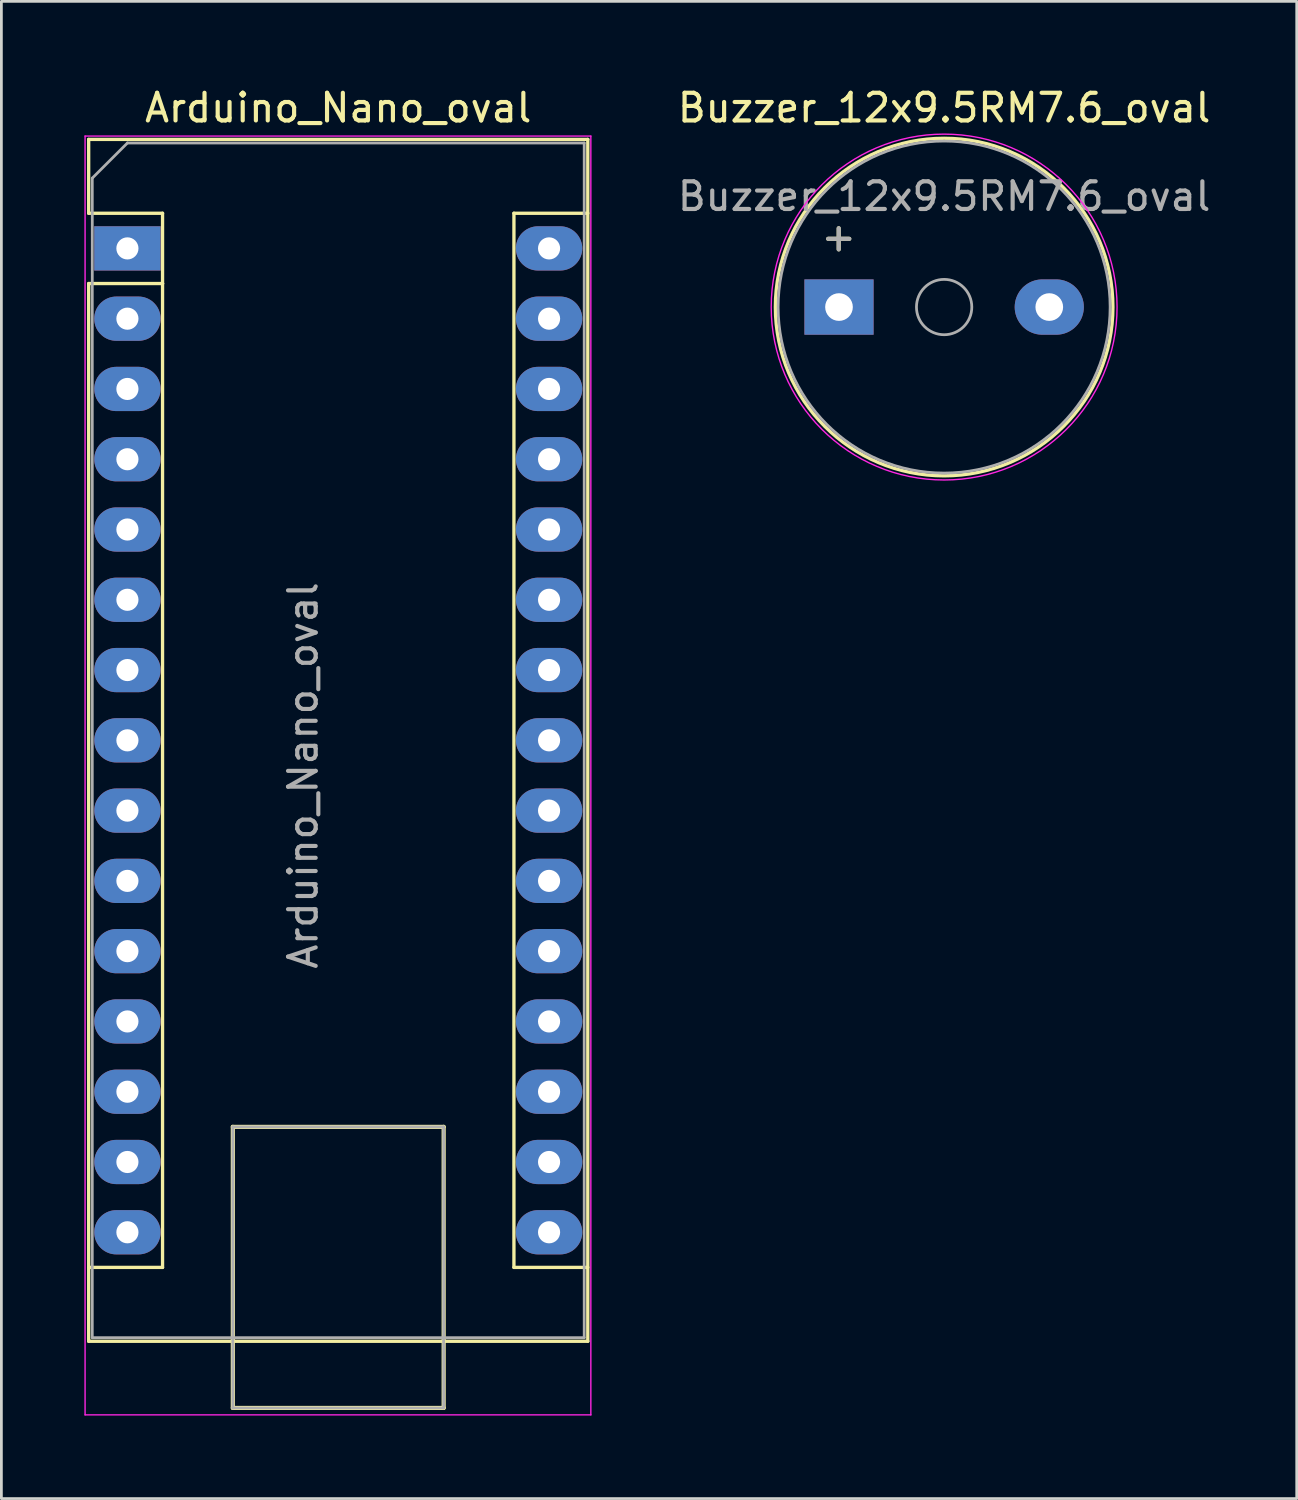
<source format=kicad_pcb>
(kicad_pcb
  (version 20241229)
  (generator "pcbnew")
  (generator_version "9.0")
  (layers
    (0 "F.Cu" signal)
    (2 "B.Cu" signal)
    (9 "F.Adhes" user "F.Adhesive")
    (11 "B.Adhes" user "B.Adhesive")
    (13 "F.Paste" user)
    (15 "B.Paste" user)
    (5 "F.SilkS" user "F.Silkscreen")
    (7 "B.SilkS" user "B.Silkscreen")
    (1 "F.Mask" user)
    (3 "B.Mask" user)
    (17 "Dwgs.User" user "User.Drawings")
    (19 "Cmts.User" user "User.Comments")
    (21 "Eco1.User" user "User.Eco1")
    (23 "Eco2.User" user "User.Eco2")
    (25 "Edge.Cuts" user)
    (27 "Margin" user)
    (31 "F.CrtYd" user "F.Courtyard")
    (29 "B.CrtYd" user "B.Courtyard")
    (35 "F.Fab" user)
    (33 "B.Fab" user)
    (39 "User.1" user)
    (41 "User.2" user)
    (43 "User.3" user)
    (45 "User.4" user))
  (footprint "Arduino_Nano_oval"
    (layer "F.Cu")
    (at 1.555 5.928)
    (property "Reference" "Arduino_Nano_oval" (at 7.62 -5.08 0) (layer "F.SilkS") (effects (font (size 1 1) (thickness 0.15))))
    (attr through_hole)
    (fp_line (start -1.4 -3.94) (end -1.4 -1.27) (stroke (width 0.12) (type solid)) (layer "F.SilkS"))
    (fp_line (start -1.4 1.27) (end -1.4 39.5) (stroke (width 0.12) (type solid)) (layer "F.SilkS"))
    (fp_line (start -1.4 39.5) (end 16.64 39.5) (stroke (width 0.12) (type solid)) (layer "F.SilkS"))
    (fp_line (start 1.27 -1.27) (end -1.4 -1.27) (stroke (width 0.12) (type solid)) (layer "F.SilkS"))
    (fp_line (start 1.27 1.27) (end -1.4 1.27) (stroke (width 0.12) (type solid)) (layer "F.SilkS"))
    (fp_line (start 1.27 1.27) (end 1.27 -1.27) (stroke (width 0.12) (type solid)) (layer "F.SilkS"))
    (fp_line (start 1.27 1.27) (end 1.27 36.83) (stroke (width 0.12) (type solid)) (layer "F.SilkS"))
    (fp_line (start 1.27 36.83) (end -1.4 36.83) (stroke (width 0.12) (type solid)) (layer "F.SilkS"))
    (fp_line (start 3.81 31.75) (end 11.43 31.75) (stroke (width 0.15) (type solid)) (layer "F.SilkS"))
    (fp_line (start 3.81 41.91) (end 3.81 31.75) (stroke (width 0.15) (type solid)) (layer "F.SilkS"))
    (fp_line (start 11.43 31.75) (end 11.43 41.91) (stroke (width 0.15) (type solid)) (layer "F.SilkS"))
    (fp_line (start 11.43 41.91) (end 3.81 41.91) (stroke (width 0.15) (type solid)) (layer "F.SilkS"))
    (fp_line (start 13.97 -1.27) (end 13.97 36.83) (stroke (width 0.12) (type solid)) (layer "F.SilkS"))
    (fp_line (start 13.97 -1.27) (end 16.64 -1.27) (stroke (width 0.12) (type solid)) (layer "F.SilkS"))
    (fp_line (start 13.97 36.83) (end 16.64 36.83) (stroke (width 0.12) (type solid)) (layer "F.SilkS"))
    (fp_line (start 16.64 -3.94) (end -1.4 -3.94) (stroke (width 0.12) (type solid)) (layer "F.SilkS"))
    (fp_line (start 16.64 39.5) (end 16.64 -3.94) (stroke (width 0.12) (type solid)) (layer "F.SilkS"))
    (fp_line (start -1.53 -4.06) (end -1.53 42.16) (stroke (width 0.05) (type solid)) (layer "F.CrtYd"))
    (fp_line (start -1.53 -4.06) (end 16.75 -4.06) (stroke (width 0.05) (type solid)) (layer "F.CrtYd"))
    (fp_line (start 16.75 42.16) (end -1.53 42.16) (stroke (width 0.05) (type solid)) (layer "F.CrtYd"))
    (fp_line (start 16.75 42.16) (end 16.75 -4.06) (stroke (width 0.05) (type solid)) (layer "F.CrtYd"))
    (fp_line (start -1.27 -2.54) (end 0 -3.81) (stroke (width 0.1) (type solid)) (layer "F.Fab"))
    (fp_line (start -1.27 39.37) (end -1.27 -2.54) (stroke (width 0.1) (type solid)) (layer "F.Fab"))
    (fp_line (start 0 -3.81) (end 16.51 -3.81) (stroke (width 0.1) (type solid)) (layer "F.Fab"))
    (fp_line (start 3.81 31.75) (end 11.43 31.75) (stroke (width 0.1) (type solid)) (layer "F.Fab"))
    (fp_line (start 3.81 41.91) (end 3.81 31.75) (stroke (width 0.1) (type solid)) (layer "F.Fab"))
    (fp_line (start 11.43 31.75) (end 11.43 41.91) (stroke (width 0.1) (type solid)) (layer "F.Fab"))
    (fp_line (start 11.43 41.91) (end 3.81 41.91) (stroke (width 0.1) (type solid)) (layer "F.Fab"))
    (fp_line (start 16.51 -3.81) (end 16.51 39.37) (stroke (width 0.1) (type solid)) (layer "F.Fab"))
    (fp_line (start 16.51 39.37) (end -1.27 39.37) (stroke (width 0.1) (type solid)) (layer "F.Fab"))
    (fp_text user "${REFERENCE}" (at 6.35 19.05 90) (layer "F.Fab") (effects (font (size 1 1) (thickness 0.15))))
    (pad "1" thru_hole rect (at 0 0) (size 2.4 1.6) (drill 0.8) (layers "*.Cu" "*.Mask"))
    (pad "2" thru_hole oval (at 0 2.54) (size 2.4 1.6) (drill 0.8) (layers "*.Cu" "*.Mask"))
    (pad "3" thru_hole oval (at 0 5.08) (size 2.4 1.6) (drill 0.8) (layers "*.Cu" "*.Mask"))
    (pad "4" thru_hole oval (at 0 7.62) (size 2.4 1.6) (drill 0.8) (layers "*.Cu" "*.Mask"))
    (pad "5" thru_hole oval (at 0 10.16) (size 2.4 1.6) (drill 0.8) (layers "*.Cu" "*.Mask"))
    (pad "6" thru_hole oval (at 0 12.7) (size 2.4 1.6) (drill 0.8) (layers "*.Cu" "*.Mask"))
    (pad "7" thru_hole oval (at 0 15.24) (size 2.4 1.6) (drill 0.8) (layers "*.Cu" "*.Mask"))
    (pad "8" thru_hole oval (at 0 17.78) (size 2.4 1.6) (drill 0.8) (layers "*.Cu" "*.Mask"))
    (pad "9" thru_hole oval (at 0 20.32) (size 2.4 1.6) (drill 0.8) (layers "*.Cu" "*.Mask"))
    (pad "10" thru_hole oval (at 0 22.86) (size 2.4 1.6) (drill 0.8) (layers "*.Cu" "*.Mask"))
    (pad "11" thru_hole oval (at 0 25.4) (size 2.4 1.6) (drill 0.8) (layers "*.Cu" "*.Mask"))
    (pad "12" thru_hole oval (at 0 27.94) (size 2.4 1.6) (drill 0.8) (layers "*.Cu" "*.Mask"))
    (pad "13" thru_hole oval (at 0 30.48) (size 2.4 1.6) (drill 0.8) (layers "*.Cu" "*.Mask"))
    (pad "14" thru_hole oval (at 0 33.02) (size 2.4 1.6) (drill 0.8) (layers "*.Cu" "*.Mask"))
    (pad "15" thru_hole oval (at 0 35.56) (size 2.4 1.6) (drill 0.8) (layers "*.Cu" "*.Mask"))
    (pad "16" thru_hole oval (at 15.24 35.56) (size 2.4 1.6) (drill 0.8) (layers "*.Cu" "*.Mask"))
    (pad "17" thru_hole oval (at 15.24 33.02) (size 2.4 1.6) (drill 0.8) (layers "*.Cu" "*.Mask"))
    (pad "18" thru_hole oval (at 15.24 30.48) (size 2.4 1.6) (drill 0.8) (layers "*.Cu" "*.Mask"))
    (pad "19" thru_hole oval (at 15.24 27.94) (size 2.4 1.6) (drill 0.8) (layers "*.Cu" "*.Mask"))
    (pad "20" thru_hole oval (at 15.24 25.4) (size 2.4 1.6) (drill 0.8) (layers "*.Cu" "*.Mask"))
    (pad "21" thru_hole oval (at 15.24 22.86) (size 2.4 1.6) (drill 0.8) (layers "*.Cu" "*.Mask"))
    (pad "22" thru_hole oval (at 15.24 20.32) (size 2.4 1.6) (drill 0.8) (layers "*.Cu" "*.Mask"))
    (pad "23" thru_hole oval (at 15.24 17.78) (size 2.4 1.6) (drill 0.8) (layers "*.Cu" "*.Mask"))
    (pad "24" thru_hole oval (at 15.24 15.24) (size 2.4 1.6) (drill 0.8) (layers "*.Cu" "*.Mask"))
    (pad "25" thru_hole oval (at 15.24 12.7) (size 2.4 1.6) (drill 0.8) (layers "*.Cu" "*.Mask"))
    (pad "26" thru_hole oval (at 15.24 10.16) (size 2.4 1.6) (drill 0.8) (layers "*.Cu" "*.Mask"))
    (pad "27" thru_hole oval (at 15.24 7.62) (size 2.4 1.6) (drill 0.8) (layers "*.Cu" "*.Mask"))
    (pad "28" thru_hole oval (at 15.24 5.08) (size 2.4 1.6) (drill 0.8) (layers "*.Cu" "*.Mask"))
    (pad "29" thru_hole oval (at 15.24 2.54) (size 2.4 1.6) (drill 0.8) (layers "*.Cu" "*.Mask"))
    (pad "30" thru_hole oval (at 15.24 0) (size 2.4 1.6) (drill 0.8) (layers "*.Cu" "*.Mask")))
  (footprint "Buzzer_12x9.5RM7.6_oval"
    (layer "F.Cu")
    (at 27.274 8.048)
    (property "Reference" "Buzzer_12x9.5RM7.6_oval" (at 3.8 -7.2 0) (layer "F.SilkS") (effects (font (size 1 1) (thickness 0.15))))
    (attr through_hole)
    (fp_circle (center 3.8 0) (end 9.9 0) (stroke (width 0.12) (type solid)) (fill no) (layer "F.SilkS"))
    (fp_circle (center 3.8 0) (end 10.05 0) (stroke (width 0.05) (type solid)) (fill no) (layer "F.CrtYd"))
    (fp_circle (center 3.8 0) (end 4.8 0) (stroke (width 0.1) (type solid)) (fill no) (layer "F.Fab"))
    (fp_circle (center 3.8 0) (end 9.8 0) (stroke (width 0.1) (type solid)) (fill no) (layer "F.Fab"))
    (fp_text user "+" (at -0.01 -2.54 0) (layer "F.SilkS") (effects (font (size 1 1) (thickness 0.15))))
    (fp_text user "+" (at -0.01 -2.54 0) (layer "F.Fab") (effects (font (size 1 1) (thickness 0.15))))
    (fp_text user "${REFERENCE}" (at 3.8 -4 0) (layer "F.Fab") (effects (font (size 1 1) (thickness 0.15))))
    (pad "1" thru_hole rect (at 0 0) (size 2.5 2) (drill 1) (layers "*.Cu" "*.Mask"))
    (pad "2" thru_hole oval (at 7.6 0) (size 2.5 2) (drill 1) (layers "*.Cu" "*.Mask")))
  (gr_rect
    (start -3 -3)
    (end 43.818 51.113)
    (stroke (width 0.1) (type default))
    (fill no)
    (layer "Edge.Cuts")))
</source>
